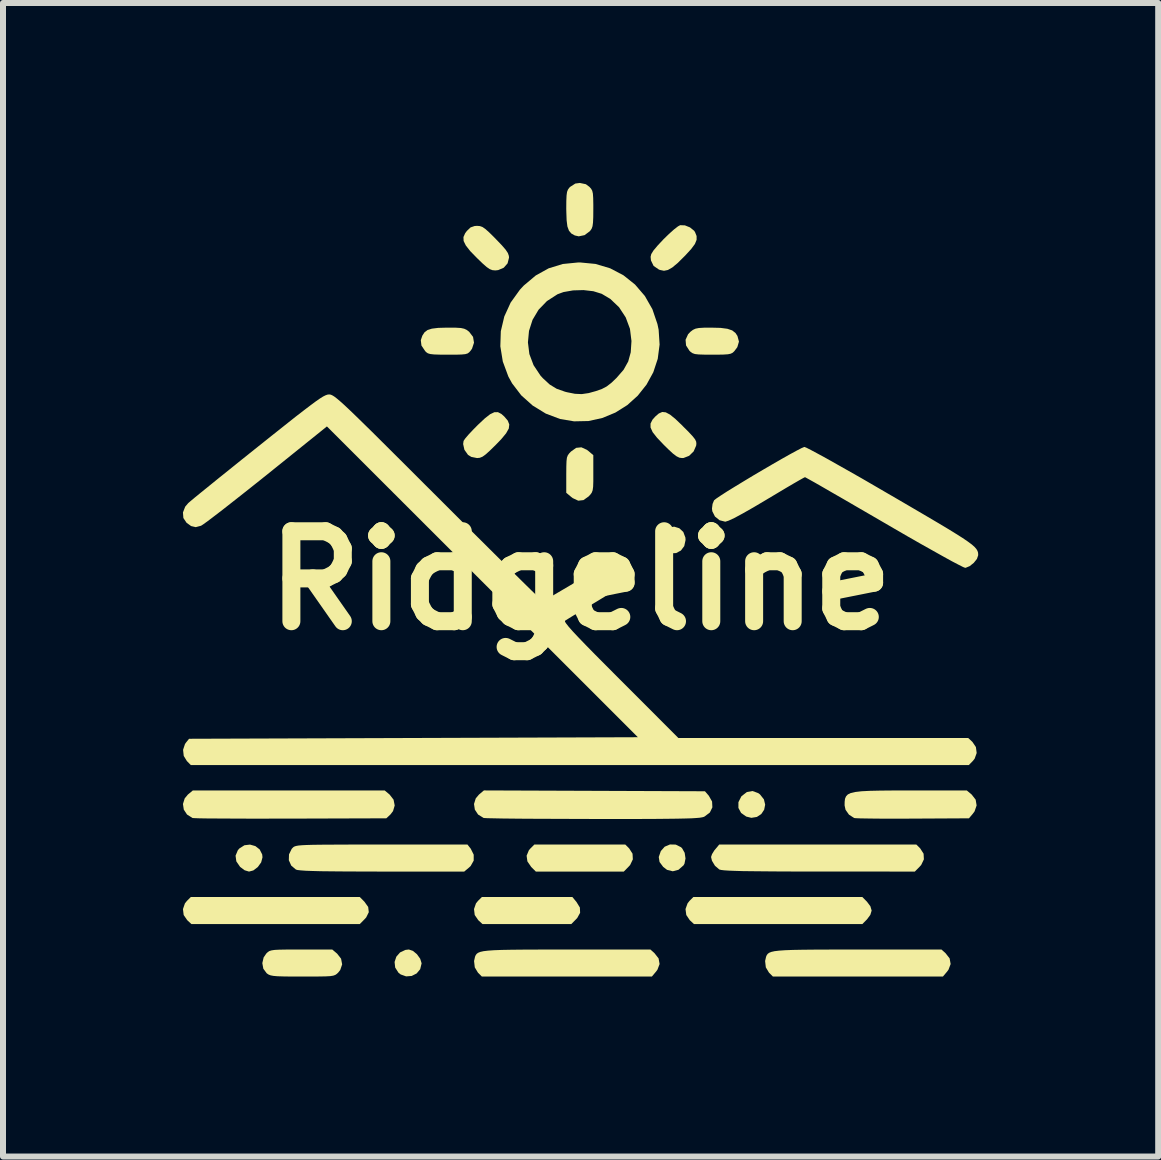
<source format=kicad_pcb>
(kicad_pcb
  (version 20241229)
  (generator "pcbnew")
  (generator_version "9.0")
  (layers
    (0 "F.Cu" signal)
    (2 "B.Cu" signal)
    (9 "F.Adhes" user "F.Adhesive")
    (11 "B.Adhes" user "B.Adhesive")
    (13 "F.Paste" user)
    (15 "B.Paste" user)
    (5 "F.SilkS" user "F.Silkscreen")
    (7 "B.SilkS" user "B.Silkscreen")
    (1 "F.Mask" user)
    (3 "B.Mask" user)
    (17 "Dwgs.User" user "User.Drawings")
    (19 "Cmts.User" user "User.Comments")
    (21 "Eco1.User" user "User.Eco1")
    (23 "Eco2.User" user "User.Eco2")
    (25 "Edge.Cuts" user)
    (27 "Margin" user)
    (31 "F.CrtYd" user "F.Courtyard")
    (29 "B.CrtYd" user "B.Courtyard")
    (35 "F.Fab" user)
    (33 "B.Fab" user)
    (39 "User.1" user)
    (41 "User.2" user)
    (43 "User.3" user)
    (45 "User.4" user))
  (footprint "Ridgeline"
    (layer "F.Cu")
    (at 6.629 6.628)
    (property "Reference" "Ridgeline" (at 0 0 0) (layer "F.SilkS") (effects (font (size 1.5 1.5) (thickness 0.3))))
    (attr board_only exclude_from_pos_files exclude_from_bom)
    (fp_poly (pts (xy -5.422 4.427) (xy -5.35 4.483) (xy -5.308 4.566) (xy -5.303 4.614) (xy -5.325 4.698) (xy -5.381 4.776) (xy -5.456 4.833) (xy -5.528 4.852) (xy -5.601 4.83) (xy -5.676 4.774) (xy -5.739 4.682) (xy -5.752 4.587) (xy -5.714 4.496) (xy -5.688 4.466) (xy -5.604 4.413) (xy -5.511 4.402)) (stroke (width 0) (type solid)) (fill yes) (layer "F.SilkS"))
    (fp_poly (pts (xy -3.604 5.354) (xy -3.541 5.442) (xy -3.531 5.529) (xy -3.574 5.616) (xy -3.604 5.649) (xy -3.681 5.727) (xy -5.085 5.727) (xy -6.488 5.727) (xy -6.558 5.662) (xy -6.617 5.576) (xy -6.629 5.477) (xy -6.596 5.382) (xy -6.563 5.341) (xy -6.498 5.276) (xy -5.09 5.276) (xy -3.681 5.276)) (stroke (width 0) (type solid)) (fill yes) (layer "F.SilkS"))
    (fp_poly (pts (xy -0.069 5.358) (xy -0.012 5.451) (xy -0.008 5.539) (xy -0.056 5.626) (xy -0.078 5.649) (xy -0.155 5.727) (xy -0.896 5.727) (xy -1.636 5.727) (xy -1.706 5.662) (xy -1.765 5.576) (xy -1.777 5.477) (xy -1.744 5.382) (xy -1.711 5.341) (xy -1.646 5.276) (xy -0.892 5.276) (xy -0.137 5.276)) (stroke (width 0) (type solid)) (fill yes) (layer "F.SilkS"))
    (fp_poly (pts (xy 0.81 4.466) (xy 0.866 4.554) (xy 0.871 4.648) (xy 0.826 4.742) (xy 0.797 4.774) (xy 0.72 4.852) (xy -0.013 4.852) (xy -0.746 4.852) (xy -0.824 4.774) (xy -0.887 4.682) (xy -0.9 4.587) (xy -0.862 4.496) (xy -0.836 4.466) (xy -0.771 4.401) (xy -0.013 4.401) (xy 0.745 4.401)) (stroke (width 0) (type solid)) (fill yes) (layer "F.SilkS"))
    (fp_poly (pts (xy 1.645 -0.872) (xy 1.712 -0.81) (xy 1.747 -0.717) (xy 1.75 -0.676) (xy 1.728 -0.574) (xy 1.672 -0.5) (xy 1.593 -0.458) (xy 1.503 -0.453) (xy 1.415 -0.489) (xy 1.368 -0.532) (xy 1.311 -0.626) (xy 1.307 -0.714) (xy 1.355 -0.8) (xy 1.377 -0.824) (xy 1.466 -0.884) (xy 1.56 -0.898)) (stroke (width 0) (type solid)) (fill yes) (layer "F.SilkS"))
    (fp_poly (pts (xy 2.962 3.544) (xy 2.991 3.566) (xy 3.056 3.648) (xy 3.077 3.736) (xy 3.06 3.821) (xy 3.012 3.893) (xy 2.939 3.941) (xy 2.847 3.956) (xy 2.762 3.935) (xy 2.676 3.875) (xy 2.631 3.791) (xy 2.631 3.695) (xy 2.678 3.602) (xy 2.684 3.594) (xy 2.772 3.526) (xy 2.866 3.509)) (stroke (width 0) (type solid)) (fill yes) (layer "F.SilkS"))
    (fp_poly (pts (xy 4.774 5.354) (xy 4.831 5.43) (xy 4.852 5.502) (xy 4.83 5.574) (xy 4.774 5.649) (xy 4.697 5.727) (xy 3.294 5.727) (xy 1.89 5.727) (xy 1.82 5.662) (xy 1.762 5.576) (xy 1.749 5.477) (xy 1.783 5.382) (xy 1.815 5.341) (xy 1.88 5.276) (xy 3.289 5.276) (xy 4.697 5.276)) (stroke (width 0) (type solid)) (fill yes) (layer "F.SilkS"))
    (fp_poly (pts (xy -2.795 6.174) (xy -2.728 6.23) (xy -2.674 6.305) (xy -2.651 6.379) (xy -2.651 6.384) (xy -2.674 6.479) (xy -2.733 6.55) (xy -2.816 6.592) (xy -2.909 6.599) (xy -2.999 6.567) (xy -3.037 6.537) (xy -3.091 6.452) (xy -3.101 6.359) (xy -3.072 6.271) (xy -3.01 6.2) (xy -2.921 6.158) (xy -2.863 6.151)) (stroke (width 0) (type solid)) (fill yes) (layer "F.SilkS"))
    (fp_poly (pts (xy 1.586 4.402) (xy 1.673 4.445) (xy 1.692 4.463) (xy 1.735 4.539) (xy 1.749 4.633) (xy 1.732 4.72) (xy 1.716 4.748) (xy 1.632 4.822) (xy 1.537 4.847) (xy 1.441 4.823) (xy 1.377 4.774) (xy 1.316 4.692) (xy 1.303 4.609) (xy 1.337 4.511) (xy 1.338 4.509) (xy 1.402 4.437) (xy 1.49 4.4)) (stroke (width 0) (type solid)) (fill yes) (layer "F.SilkS"))
    (fp_poly (pts (xy -3.184 3.568) (xy -3.118 3.653) (xy -3.099 3.75) (xy -3.127 3.844) (xy -3.17 3.9) (xy -3.239 3.964) (xy -4.834 3.969) (xy -5.121 3.969) (xy -5.393 3.97) (xy -5.644 3.969) (xy -5.871 3.968) (xy -6.069 3.967) (xy -6.232 3.966) (xy -6.356 3.964) (xy -6.437 3.961) (xy -6.469 3.959) (xy -6.561 3.901) (xy -6.615 3.819) (xy -6.629 3.725) (xy -6.6 3.632) (xy -6.547 3.568) (xy -6.465 3.5) (xy -4.865 3.5) (xy -3.265 3.5)) (stroke (width 0) (type solid)) (fill yes) (layer "F.SilkS"))
    (fp_poly (pts (xy 0.105 -2.179) (xy 0.131 -2.159) (xy 0.212 -2.09) (xy 0.212 -1.785) (xy 0.212 -1.654) (xy 0.209 -1.564) (xy 0.201 -1.505) (xy 0.186 -1.465) (xy 0.162 -1.432) (xy 0.135 -1.403) (xy 0.048 -1.341) (xy -0.039 -1.331) (xy -0.131 -1.374) (xy -0.157 -1.394) (xy -0.239 -1.463) (xy -0.239 -1.768) (xy -0.238 -1.899) (xy -0.235 -1.988) (xy -0.228 -2.048) (xy -0.213 -2.088) (xy -0.189 -2.121) (xy -0.161 -2.15) (xy -0.074 -2.212) (xy 0.013 -2.221)) (stroke (width 0) (type solid)) (fill yes) (layer "F.SilkS"))
    (fp_poly (pts (xy 1.231 6.211) (xy 1.3 6.299) (xy 1.317 6.393) (xy 1.281 6.488) (xy 1.259 6.518) (xy 1.188 6.602) (xy -0.229 6.602) (xy -1.646 6.602) (xy -1.711 6.537) (xy -1.764 6.449) (xy -1.776 6.343) (xy -1.76 6.272) (xy -1.749 6.246) (xy -1.733 6.224) (xy -1.709 6.206) (xy -1.672 6.191) (xy -1.619 6.179) (xy -1.544 6.17) (xy -1.444 6.163) (xy -1.315 6.158) (xy -1.152 6.155) (xy -0.952 6.153) (xy -0.709 6.152) (xy -0.42 6.151) (xy -0.215 6.151) (xy 1.164 6.151)) (stroke (width 0) (type solid)) (fill yes) (layer "F.SilkS"))
    (fp_poly (pts (xy 6.083 6.211) (xy 6.152 6.299) (xy 6.169 6.393) (xy 6.133 6.488) (xy 6.111 6.518) (xy 6.04 6.602) (xy 4.623 6.602) (xy 3.206 6.602) (xy 3.141 6.537) (xy 3.088 6.449) (xy 3.076 6.343) (xy 3.092 6.272) (xy 3.103 6.246) (xy 3.119 6.224) (xy 3.143 6.206) (xy 3.18 6.191) (xy 3.233 6.179) (xy 3.308 6.17) (xy 3.408 6.163) (xy 3.537 6.158) (xy 3.7 6.155) (xy 3.9 6.153) (xy 4.143 6.152) (xy 4.432 6.151) (xy 4.637 6.151) (xy 6.016 6.151)) (stroke (width 0) (type solid)) (fill yes) (layer "F.SilkS"))
    (fp_poly (pts (xy -1.32 -2.777) (xy -1.271 -2.733) (xy -1.214 -2.666) (xy -1.189 -2.602) (xy -1.197 -2.534) (xy -1.242 -2.454) (xy -1.324 -2.355) (xy -1.414 -2.262) (xy -1.512 -2.166) (xy -1.583 -2.102) (xy -1.636 -2.064) (xy -1.681 -2.046) (xy -1.725 -2.042) (xy -1.727 -2.042) (xy -1.822 -2.061) (xy -1.877 -2.095) (xy -1.937 -2.18) (xy -1.958 -2.275) (xy -1.951 -2.327) (xy -1.926 -2.365) (xy -1.871 -2.43) (xy -1.794 -2.512) (xy -1.713 -2.594) (xy -1.598 -2.702) (xy -1.509 -2.772) (xy -1.438 -2.806) (xy -1.378 -2.807)) (stroke (width 0) (type solid)) (fill yes) (layer "F.SilkS"))
    (fp_poly (pts (xy 1.739 -5.921) (xy 1.824 -5.887) (xy 1.893 -5.831) (xy 1.908 -5.808) (xy 1.934 -5.743) (xy 1.934 -5.68) (xy 1.906 -5.611) (xy 1.844 -5.527) (xy 1.745 -5.419) (xy 1.733 -5.407) (xy 1.619 -5.294) (xy 1.529 -5.219) (xy 1.455 -5.177) (xy 1.39 -5.164) (xy 1.326 -5.177) (xy 1.306 -5.184) (xy 1.217 -5.245) (xy 1.173 -5.336) (xy 1.167 -5.397) (xy 1.178 -5.442) (xy 1.214 -5.501) (xy 1.281 -5.581) (xy 1.381 -5.688) (xy 1.472 -5.777) (xy 1.556 -5.852) (xy 1.623 -5.904) (xy 1.66 -5.924)) (stroke (width 0) (type solid)) (fill yes) (layer "F.SilkS"))
    (fp_poly (pts (xy 5.662 4.466) (xy 5.718 4.554) (xy 5.723 4.648) (xy 5.678 4.742) (xy 5.649 4.774) (xy 5.572 4.852) (xy 3.972 4.851) (xy 3.627 4.851) (xy 3.331 4.85) (xy 3.081 4.848) (xy 2.874 4.846) (xy 2.705 4.844) (xy 2.571 4.84) (xy 2.469 4.836) (xy 2.394 4.831) (xy 2.344 4.825) (xy 2.315 4.818) (xy 2.31 4.815) (xy 2.24 4.755) (xy 2.19 4.672) (xy 2.175 4.609) (xy 2.191 4.561) (xy 2.23 4.498) (xy 2.243 4.483) (xy 2.311 4.401) (xy 3.954 4.401) (xy 5.597 4.401)) (stroke (width 0) (type solid)) (fill yes) (layer "F.SilkS"))
    (fp_poly (pts (xy 1.42 -2.804) (xy 1.491 -2.766) (xy 1.581 -2.693) (xy 1.696 -2.583) (xy 1.705 -2.573) (xy 1.804 -2.474) (xy 1.87 -2.403) (xy 1.909 -2.353) (xy 1.927 -2.314) (xy 1.93 -2.279) (xy 1.926 -2.248) (xy 1.884 -2.152) (xy 1.809 -2.079) (xy 1.716 -2.043) (xy 1.69 -2.042) (xy 1.647 -2.048) (xy 1.6 -2.071) (xy 1.54 -2.116) (xy 1.459 -2.191) (xy 1.387 -2.262) (xy 1.274 -2.381) (xy 1.201 -2.474) (xy 1.166 -2.551) (xy 1.166 -2.617) (xy 1.198 -2.681) (xy 1.244 -2.733) (xy 1.304 -2.785) (xy 1.361 -2.81)) (stroke (width 0) (type solid)) (fill yes) (layer "F.SilkS"))
    (fp_poly (pts (xy -1.679 -5.909) (xy -1.636 -5.894) (xy -1.588 -5.861) (xy -1.524 -5.804) (xy -1.435 -5.716) (xy -1.41 -5.69) (xy -1.313 -5.589) (xy -1.249 -5.515) (xy -1.212 -5.459) (xy -1.196 -5.413) (xy -1.193 -5.384) (xy -1.217 -5.288) (xy -1.281 -5.215) (xy -1.374 -5.175) (xy -1.421 -5.17) (xy -1.469 -5.174) (xy -1.514 -5.191) (xy -1.567 -5.227) (xy -1.636 -5.288) (xy -1.727 -5.376) (xy -1.84 -5.492) (xy -1.913 -5.585) (xy -1.95 -5.66) (xy -1.953 -5.726) (xy -1.925 -5.789) (xy -1.896 -5.828) (xy -1.834 -5.887) (xy -1.767 -5.91) (xy -1.726 -5.913)) (stroke (width 0) (type solid)) (fill yes) (layer "F.SilkS"))
    (fp_poly (pts (xy 2.332 -4.212) (xy 2.447 -4.197) (xy 2.527 -4.17) (xy 2.582 -4.127) (xy 2.615 -4.077) (xy 2.64 -3.983) (xy 2.613 -3.891) (xy 2.564 -3.825) (xy 2.537 -3.799) (xy 2.504 -3.782) (xy 2.456 -3.772) (xy 2.38 -3.767) (xy 2.267 -3.765) (xy 2.195 -3.765) (xy 2.06 -3.766) (xy 1.968 -3.769) (xy 1.906 -3.776) (xy 1.866 -3.79) (xy 1.834 -3.812) (xy 1.815 -3.83) (xy 1.758 -3.919) (xy 1.75 -4.014) (xy 1.792 -4.106) (xy 1.831 -4.147) (xy 1.873 -4.179) (xy 1.916 -4.199) (xy 1.972 -4.21) (xy 2.055 -4.215) (xy 2.175 -4.216)) (stroke (width 0) (type solid)) (fill yes) (layer "F.SilkS"))
    (fp_poly (pts (xy -2.079 -4.215) (xy -1.996 -4.21) (xy -1.941 -4.198) (xy -1.898 -4.178) (xy -1.858 -4.147) (xy -1.793 -4.062) (xy -1.777 -3.965) (xy -1.81 -3.865) (xy -1.831 -3.835) (xy -1.856 -3.806) (xy -1.883 -3.786) (xy -1.923 -3.774) (xy -1.985 -3.768) (xy -2.081 -3.765) (xy -2.211 -3.765) (xy -2.349 -3.766) (xy -2.443 -3.769) (xy -2.506 -3.776) (xy -2.546 -3.788) (xy -2.575 -3.808) (xy -2.591 -3.825) (xy -2.653 -3.917) (xy -2.664 -4.007) (xy -2.638 -4.083) (xy -2.602 -4.138) (xy -2.552 -4.176) (xy -2.48 -4.199) (xy -2.375 -4.212) (xy -2.229 -4.216) (xy -2.201 -4.216)) (stroke (width 0) (type solid)) (fill yes) (layer "F.SilkS"))
    (fp_poly (pts (xy 6.52 3.568) (xy 6.586 3.653) (xy 6.602 3.749) (xy 6.568 3.848) (xy 6.538 3.889) (xy 6.474 3.964) (xy 5.537 3.969) (xy 5.318 3.97) (xy 5.115 3.97) (xy 4.934 3.969) (xy 4.782 3.967) (xy 4.664 3.965) (xy 4.588 3.962) (xy 4.56 3.959) (xy 4.474 3.903) (xy 4.417 3.822) (xy 4.401 3.749) (xy 4.402 3.688) (xy 4.408 3.638) (xy 4.425 3.598) (xy 4.455 3.566) (xy 4.505 3.542) (xy 4.58 3.525) (xy 4.683 3.513) (xy 4.819 3.506) (xy 4.994 3.502) (xy 5.212 3.5) (xy 5.478 3.5) (xy 5.511 3.5) (xy 6.439 3.5)) (stroke (width 0) (type solid)) (fill yes) (layer "F.SilkS"))
    (fp_poly (pts (xy 0.088 -6.607) (xy 0.147 -6.563) (xy 0.175 -6.532) (xy 0.194 -6.498) (xy 0.205 -6.45) (xy 0.21 -6.376) (xy 0.212 -6.267) (xy 0.212 -6.194) (xy 0.211 -6.06) (xy 0.207 -5.968) (xy 0.199 -5.907) (xy 0.184 -5.865) (xy 0.161 -5.832) (xy 0.152 -5.822) (xy 0.066 -5.758) (xy -0.031 -5.738) (xy -0.097 -5.753) (xy -0.154 -5.785) (xy -0.194 -5.832) (xy -0.22 -5.903) (xy -0.233 -6.006) (xy -0.238 -6.151) (xy -0.239 -6.198) (xy -0.238 -6.329) (xy -0.234 -6.419) (xy -0.226 -6.478) (xy -0.211 -6.517) (xy -0.188 -6.549) (xy -0.174 -6.563) (xy -0.088 -6.618) (xy -0.013 -6.628)) (stroke (width 0) (type solid)) (fill yes) (layer "F.SilkS"))
    (fp_poly (pts (xy -4.059 6.22) (xy -3.993 6.304) (xy -3.975 6.399) (xy -4.007 6.493) (xy -4.042 6.537) (xy -4.066 6.559) (xy -4.09 6.575) (xy -4.124 6.587) (xy -4.175 6.595) (xy -4.251 6.599) (xy -4.359 6.601) (xy -4.507 6.602) (xy -4.635 6.602) (xy -4.816 6.602) (xy -4.952 6.6) (xy -5.051 6.597) (xy -5.12 6.591) (xy -5.167 6.582) (xy -5.201 6.569) (xy -5.228 6.551) (xy -5.233 6.547) (xy -5.289 6.472) (xy -5.306 6.378) (xy -5.284 6.283) (xy -5.238 6.216) (xy -5.214 6.194) (xy -5.189 6.177) (xy -5.154 6.166) (xy -5.103 6.158) (xy -5.026 6.154) (xy -4.917 6.152) (xy -4.767 6.151) (xy -4.656 6.151) (xy -4.14 6.151)) (stroke (width 0) (type solid)) (fill yes) (layer "F.SilkS"))
    (fp_poly (pts (xy -1.831 4.471) (xy -1.782 4.57) (xy -1.782 4.669) (xy -1.832 4.758) (xy -1.858 4.783) (xy -1.94 4.852) (xy -3.31 4.852) (xy -3.634 4.851) (xy -3.909 4.85) (xy -4.137 4.848) (xy -4.324 4.846) (xy -4.472 4.842) (xy -4.584 4.838) (xy -4.665 4.832) (xy -4.718 4.826) (xy -4.746 4.818) (xy -4.746 4.818) (xy -4.824 4.752) (xy -4.864 4.663) (xy -4.861 4.565) (xy -4.816 4.473) (xy -4.798 4.454) (xy -4.785 4.442) (xy -4.768 4.433) (xy -4.743 4.425) (xy -4.705 4.418) (xy -4.65 4.413) (xy -4.574 4.409) (xy -4.472 4.406) (xy -4.34 4.404) (xy -4.174 4.403) (xy -3.97 4.402) (xy -3.722 4.401) (xy -3.427 4.401) (xy -3.316 4.401) (xy -1.886 4.401)) (stroke (width 0) (type solid)) (fill yes) (layer "F.SilkS"))
    (fp_poly (pts (xy 0.23 3.506) (xy 2.073 3.513) (xy 2.137 3.587) (xy 2.192 3.684) (xy 2.197 3.781) (xy 2.155 3.867) (xy 2.068 3.933) (xy 2.054 3.94) (xy 2.028 3.947) (xy 1.987 3.954) (xy 1.928 3.959) (xy 1.848 3.964) (xy 1.741 3.967) (xy 1.605 3.97) (xy 1.436 3.972) (xy 1.23 3.974) (xy 0.983 3.975) (xy 0.693 3.975) (xy 0.355 3.975) (xy 0.193 3.975) (xy -0.109 3.974) (xy -0.397 3.973) (xy -0.664 3.972) (xy -0.908 3.971) (xy -1.123 3.969) (xy -1.305 3.967) (xy -1.45 3.964) (xy -1.552 3.962) (xy -1.608 3.959) (xy -1.617 3.958) (xy -1.709 3.901) (xy -1.763 3.819) (xy -1.777 3.725) (xy -1.748 3.632) (xy -1.694 3.568) (xy -1.612 3.499)) (stroke (width 0) (type solid)) (fill yes) (layer "F.SilkS"))
    (fp_poly (pts (xy 0.249 -5.278) (xy 0.493 -5.205) (xy 0.714 -5.089) (xy 0.908 -4.934) (xy 1.071 -4.744) (xy 1.197 -4.523) (xy 1.281 -4.276) (xy 1.301 -4.181) (xy 1.317 -3.934) (xy 1.286 -3.696) (xy 1.212 -3.472) (xy 1.099 -3.266) (xy 0.953 -3.082) (xy 0.779 -2.925) (xy 0.58 -2.8) (xy 0.363 -2.71) (xy 0.131 -2.659) (xy -0.109 -2.654) (xy -0.342 -2.693) (xy -0.58 -2.783) (xy -0.799 -2.917) (xy -0.989 -3.087) (xy -1.142 -3.287) (xy -1.204 -3.4) (xy -1.297 -3.651) (xy -1.338 -3.905) (xy -1.336 -3.97) (xy -0.878 -3.97) (xy -0.854 -3.776) (xy -0.784 -3.59) (xy -0.669 -3.417) (xy -0.628 -3.372) (xy -0.514 -3.267) (xy -0.399 -3.197) (xy -0.26 -3.148) (xy -0.225 -3.139) (xy -0.094 -3.113) (xy 0.019 -3.108) (xy 0.135 -3.125) (xy 0.254 -3.158) (xy 0.354 -3.193) (xy 0.434 -3.235) (xy 0.512 -3.295) (xy 0.599 -3.378) (xy 0.717 -3.514) (xy 0.794 -3.652) (xy 0.836 -3.805) (xy 0.848 -3.991) (xy 0.848 -3.994) (xy 0.823 -4.196) (xy 0.752 -4.387) (xy 0.641 -4.556) (xy 0.495 -4.695) (xy 0.352 -4.78) (xy 0.213 -4.823) (xy 0.048 -4.842) (xy -0.125 -4.837) (xy -0.285 -4.809) (xy -0.384 -4.773) (xy -0.561 -4.659) (xy -0.701 -4.514) (xy -0.801 -4.346) (xy -0.86 -4.162) (xy -0.878 -3.97) (xy -1.336 -3.97) (xy -1.33 -4.157) (xy -1.272 -4.402) (xy -1.166 -4.634) (xy -1.012 -4.848) (xy -0.947 -4.918) (xy -0.747 -5.086) (xy -0.532 -5.205) (xy -0.297 -5.277) (xy -0.036 -5.303) (xy -0.011 -5.303)) (stroke (width 0) (type solid)) (fill yes) (layer "F.SilkS"))
    (fp_poly (pts (xy 3.765 -2.214) (xy 3.84 -2.176) (xy 3.952 -2.116) (xy 4.097 -2.037) (xy 4.271 -1.939) (xy 4.471 -1.826) (xy 4.691 -1.701) (xy 4.927 -1.564) (xy 5.176 -1.419) (xy 5.18 -1.417) (xy 5.473 -1.246) (xy 5.724 -1.099) (xy 5.936 -0.974) (xy 6.112 -0.869) (xy 6.255 -0.781) (xy 6.369 -0.709) (xy 6.457 -0.649) (xy 6.523 -0.6) (xy 6.569 -0.559) (xy 6.599 -0.524) (xy 6.617 -0.493) (xy 6.626 -0.464) (xy 6.628 -0.433) (xy 6.628 -0.421) (xy 6.607 -0.36) (xy 6.554 -0.294) (xy 6.486 -0.24) (xy 6.421 -0.213) (xy 6.411 -0.212) (xy 6.377 -0.225) (xy 6.302 -0.263) (xy 6.189 -0.322) (xy 6.044 -0.402) (xy 5.871 -0.499) (xy 5.673 -0.61) (xy 5.456 -0.734) (xy 5.223 -0.869) (xy 5.053 -0.968) (xy 4.814 -1.107) (xy 4.588 -1.238) (xy 4.38 -1.359) (xy 4.194 -1.466) (xy 4.035 -1.558) (xy 3.906 -1.632) (xy 3.811 -1.685) (xy 3.755 -1.716) (xy 3.741 -1.723) (xy 3.714 -1.71) (xy 3.648 -1.673) (xy 3.549 -1.616) (xy 3.423 -1.542) (xy 3.276 -1.454) (xy 3.113 -1.357) (xy 3.105 -1.352) (xy 2.884 -1.221) (xy 2.703 -1.118) (xy 2.564 -1.043) (xy 2.467 -0.998) (xy 2.413 -0.981) (xy 2.411 -0.981) (xy 2.317 -1.005) (xy 2.24 -1.067) (xy 2.196 -1.154) (xy 2.19 -1.2) (xy 2.2 -1.277) (xy 2.224 -1.335) (xy 2.226 -1.338) (xy 2.261 -1.366) (xy 2.335 -1.416) (xy 2.44 -1.484) (xy 2.57 -1.564) (xy 2.718 -1.654) (xy 2.877 -1.75) (xy 3.04 -1.846) (xy 3.201 -1.94) (xy 3.352 -2.027) (xy 3.487 -2.103) (xy 3.599 -2.164) (xy 3.682 -2.207) (xy 3.727 -2.226) (xy 3.732 -2.227)) (stroke (width 0) (type solid)) (fill yes) (layer "F.SilkS"))
    (fp_poly (pts (xy -4.175 -3.101) (xy -4.156 -3.095) (xy -4.131 -3.083) (xy -4.1 -3.063) (xy -4.059 -3.031) (xy -4.007 -2.987) (xy -3.94 -2.927) (xy -3.857 -2.849) (xy -3.755 -2.751) (xy -3.632 -2.631) (xy -3.485 -2.487) (xy -3.313 -2.316) (xy -3.112 -2.116) (xy -2.88 -1.885) (xy -2.615 -1.62) (xy -2.373 -1.379) (xy -2.122 -1.128) (xy -1.882 -0.888) (xy -1.654 -0.662) (xy -1.443 -0.452) (xy -1.25 -0.261) (xy -1.079 -0.091) (xy -0.931 0.055) (xy -0.81 0.174) (xy -0.718 0.263) (xy -0.658 0.321) (xy -0.632 0.344) (xy -0.631 0.345) (xy -0.605 0.332) (xy -0.539 0.295) (xy -0.44 0.237) (xy -0.314 0.163) (xy -0.168 0.077) (xy -0.018 -0.013) (xy 0.198 -0.141) (xy 0.371 -0.24) (xy 0.503 -0.31) (xy 0.596 -0.354) (xy 0.651 -0.371) (xy 0.657 -0.371) (xy 0.747 -0.349) (xy 0.817 -0.29) (xy 0.861 -0.208) (xy 0.871 -0.118) (xy 0.843 -0.033) (xy 0.823 -0.007) (xy 0.785 0.023) (xy 0.709 0.075) (xy 0.603 0.144) (xy 0.473 0.225) (xy 0.327 0.314) (xy 0.273 0.347) (xy 0.125 0.435) (xy -0.009 0.516) (xy -0.121 0.584) (xy -0.205 0.636) (xy -0.253 0.666) (xy -0.26 0.672) (xy -0.26 0.687) (xy -0.239 0.719) (xy -0.197 0.772) (xy -0.13 0.848) (xy -0.036 0.948) (xy 0.087 1.076) (xy 0.241 1.233) (xy 0.429 1.422) (xy 0.652 1.646) (xy 0.668 1.662) (xy 1.63 2.625) (xy 4.046 2.625) (xy 6.462 2.625) (xy 6.532 2.69) (xy 6.59 2.776) (xy 6.603 2.875) (xy 6.569 2.97) (xy 6.537 3.01) (xy 6.472 3.076) (xy -0.013 3.076) (xy -6.498 3.076) (xy -6.563 3.01) (xy -6.616 2.924) (xy -6.627 2.822) (xy -6.595 2.725) (xy -6.578 2.701) (xy -6.527 2.638) (xy -2.786 2.625) (xy 0.955 2.612) (xy -1.637 0.021) (xy -4.229 -2.569) (xy -5.236 -1.759) (xy -5.439 -1.597) (xy -5.632 -1.444) (xy -5.81 -1.304) (xy -5.969 -1.179) (xy -6.105 -1.075) (xy -6.213 -0.993) (xy -6.289 -0.938) (xy -6.328 -0.913) (xy -6.329 -0.913) (xy -6.416 -0.89) (xy -6.493 -0.908) (xy -6.569 -0.963) (xy -6.622 -1.042) (xy -6.629 -1.135) (xy -6.592 -1.231) (xy -6.542 -1.29) (xy -6.505 -1.322) (xy -6.431 -1.384) (xy -6.323 -1.472) (xy -6.187 -1.582) (xy -6.027 -1.712) (xy -5.846 -1.857) (xy -5.65 -2.015) (xy -5.441 -2.182) (xy -5.372 -2.237) (xy -5.13 -2.43) (xy -4.926 -2.592) (xy -4.756 -2.727) (xy -4.616 -2.835) (xy -4.503 -2.921) (xy -4.414 -2.987) (xy -4.345 -3.035) (xy -4.292 -3.068) (xy -4.252 -3.088) (xy -4.221 -3.099) (xy -4.196 -3.102) (xy -4.193 -3.102)) (stroke (width 0) (type solid)) (fill yes) (layer "F.SilkS")))
  (gr_rect
    (start -3 -3)
    (end 16.258 16.23)
    (stroke (width 0.1) (type default))
    (fill no)
    (layer "Edge.Cuts")))
</source>
